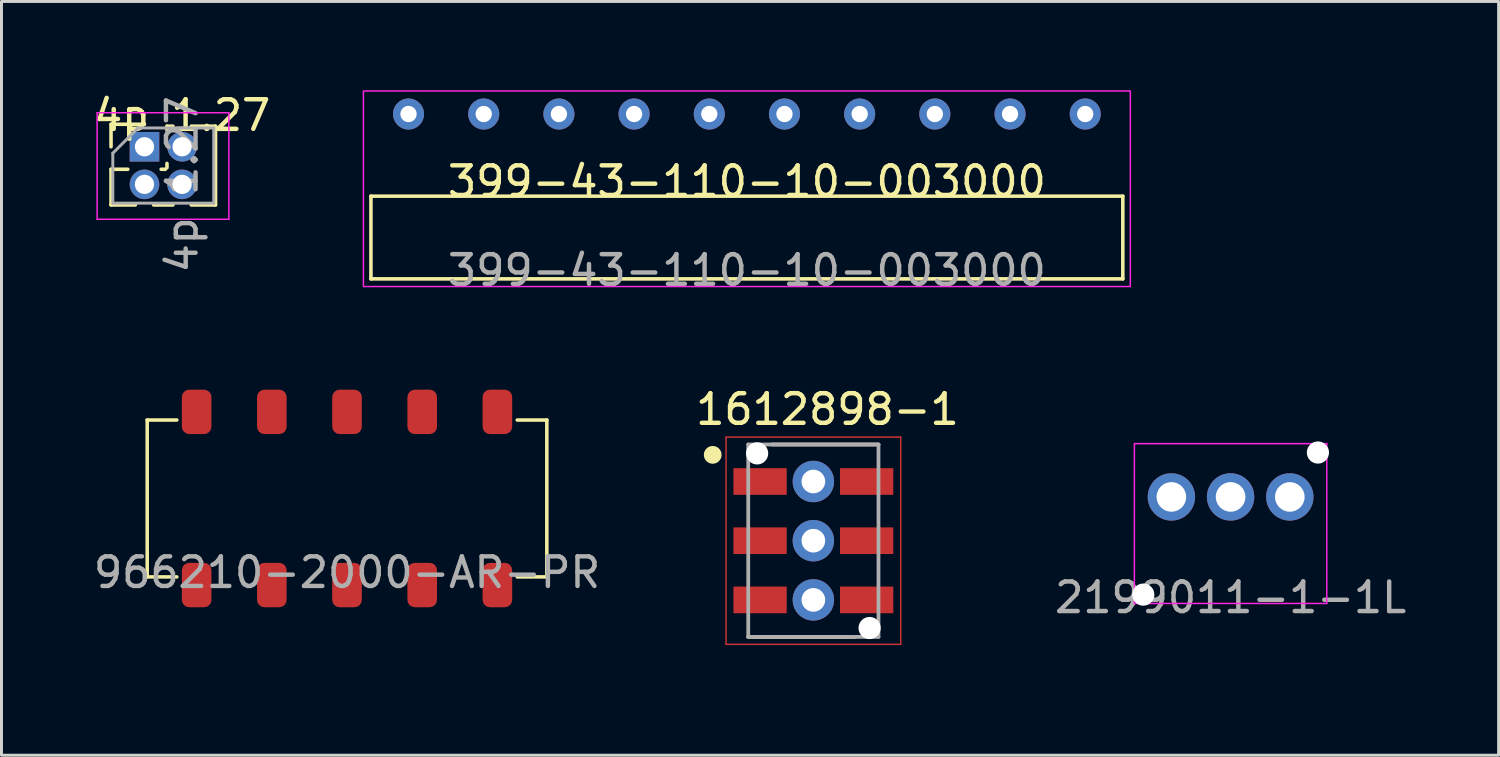
<source format=kicad_pcb>
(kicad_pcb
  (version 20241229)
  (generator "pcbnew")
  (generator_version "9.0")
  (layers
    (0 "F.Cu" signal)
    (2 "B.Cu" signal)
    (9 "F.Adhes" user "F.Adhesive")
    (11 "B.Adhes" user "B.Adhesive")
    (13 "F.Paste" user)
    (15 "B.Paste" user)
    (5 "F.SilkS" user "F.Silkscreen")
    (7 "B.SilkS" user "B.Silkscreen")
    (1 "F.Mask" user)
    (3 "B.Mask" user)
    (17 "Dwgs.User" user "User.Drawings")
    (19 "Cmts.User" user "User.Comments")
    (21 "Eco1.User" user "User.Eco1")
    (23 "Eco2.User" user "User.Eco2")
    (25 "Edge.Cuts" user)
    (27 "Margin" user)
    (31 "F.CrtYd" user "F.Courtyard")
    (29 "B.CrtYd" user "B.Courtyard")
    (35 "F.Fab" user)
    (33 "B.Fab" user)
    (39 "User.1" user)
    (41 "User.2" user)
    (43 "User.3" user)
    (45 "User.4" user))
  (footprint "399-43-110-10-003000"
    (layer "F.Cu")
    (at 22.181 3.581)
    (property "Reference" "399-43-110-10-003000" (at 0 -0.5 0) (unlocked yes) (layer "F.SilkS") (effects (font (size 1 1) (thickness 0.15))))
    (attr smd)
    (fp_line (start -12.7 -0.004) (end -12.7 2.79) (stroke (width 0.12) (type default)) (layer "F.SilkS"))
    (fp_line (start -12.7 -0.004) (end 12.7 -0.004) (stroke (width 0.12) (type default)) (layer "F.SilkS"))
    (fp_line (start -12.7 2.79) (end 12.7 2.79) (stroke (width 0.12) (type default)) (layer "F.SilkS"))
    (fp_line (start 12.7 -0.004) (end 12.7 2.79) (stroke (width 0.12) (type default)) (layer "F.SilkS"))
    (fp_rect (start -12.954 -3.556) (end 12.954 3.048) (stroke (width 0.05) (type default)) (fill no) (layer "F.CrtYd"))
    (fp_text user "${REFERENCE}" (at 0 2.5 0) (unlocked yes) (layer "F.Fab") (effects (font (size 1 1) (thickness 0.15))))
    (pad "1" thru_hole circle (at -11.43 -2.779 180) (size 1.05 1.05) (drill 0.55) (layers "*.Cu" "*.Mask"))
    (pad "2" thru_hole circle (at -8.89 -2.779 180) (size 1.05 1.05) (drill 0.55) (layers "*.Cu" "*.Mask"))
    (pad "3" thru_hole circle (at -6.35 -2.779 180) (size 1.05 1.05) (drill 0.55) (layers "*.Cu" "*.Mask"))
    (pad "4" thru_hole circle (at -3.81 -2.779 180) (size 1.05 1.05) (drill 0.55) (layers "*.Cu" "*.Mask"))
    (pad "5" thru_hole circle (at -1.27 -2.779 180) (size 1.05 1.05) (drill 0.55) (layers "*.Cu" "*.Mask"))
    (pad "6" thru_hole circle (at 1.27 -2.779 180) (size 1.05 1.05) (drill 0.55) (layers "*.Cu" "*.Mask"))
    (pad "7" thru_hole circle (at 3.81 -2.779 180) (size 1.05 1.05) (drill 0.55) (layers "*.Cu" "*.Mask"))
    (pad "8" thru_hole circle (at 6.35 -2.779 180) (size 1.05 1.05) (drill 0.55) (layers "*.Cu" "*.Mask"))
    (pad "9" thru_hole circle (at 8.89 -2.779 180) (size 1.05 1.05) (drill 0.55) (layers "*.Cu" "*.Mask"))
    (pad "10" thru_hole circle (at 11.43 -2.779 180) (size 1.05 1.05) (drill 0.55) (layers "*.Cu" "*.Mask")))
  (footprint "1612898-1"
    (layer "F.Cu")
    (at 24.427 15.216)
    (property "Reference" "1612898-1" (at 0.475 -4.438 0) (layer "F.SilkS") (effects (font (size 1.001 1.001) (thickness 0.15))))
    (attr smd)
    (fp_line (start -2.95 -3.5) (end 2.95 -3.5) (stroke (width 0.05) (type solid)) (layer "F.Cu"))
    (fp_line (start -2.95 3.5) (end -2.95 -3.5) (stroke (width 0.05) (type solid)) (layer "F.Cu"))
    (fp_line (start 2.95 -3.5) (end 2.95 3.5) (stroke (width 0.05) (type solid)) (layer "F.Cu"))
    (fp_line (start 2.95 3.5) (end -2.95 3.5) (stroke (width 0.05) (type solid)) (layer "F.Cu"))
    (fp_line (start 1.4 3.25) (end -2.2 3.25) (stroke (width 0.127) (type solid)) (layer "F.SilkS"))
    (fp_circle (center -3.4 -2.9) (end -3.25 -2.9) (stroke (width 0.3) (type solid)) (fill no) (layer "F.SilkS"))
    (fp_line (start 2.2 -3.25) (end -1.4 -3.25) (stroke (width 0.127) (type solid)) (layer "B.SilkS"))
    (fp_line (start -2.2 -3.25) (end 2.2 -3.25) (stroke (width 0.127) (type solid)) (layer "F.Fab"))
    (fp_line (start -2.2 3.25) (end -2.2 -3.25) (stroke (width 0.127) (type solid)) (layer "F.Fab"))
    (fp_line (start 2.2 -3.25) (end 2.2 3.25) (stroke (width 0.127) (type solid)) (layer "F.Fab"))
    (fp_line (start 2.2 3.25) (end -2.2 3.25) (stroke (width 0.127) (type solid)) (layer "F.Fab"))
    (pad "" np_thru_hole circle (at -1.9 -2.95) (size 0.75 0.75) (drill 0.75) (layers "*.Cu" "*.Mask"))
    (pad "" np_thru_hole circle (at 1.9 2.95) (size 0.75 0.75) (drill 0.75) (layers "*.Cu" "*.Mask"))
    (pad "1" smd rect (at -1.8 -2) (size 1.8 0.9) (layers "F.Cu" "F.Mask" "F.Paste"))
    (pad "2" smd rect (at -1.8 0) (size 1.8 0.9) (layers "F.Cu" "F.Mask" "F.Paste"))
    (pad "3" smd rect (at -1.8 2) (size 1.8 0.9) (layers "F.Cu" "F.Mask" "F.Paste"))
    (pad "4" smd rect (at 1.8 2) (size 1.8 0.9) (layers "F.Cu" "F.Mask" "F.Paste"))
    (pad "5" smd rect (at 1.8 0) (size 1.8 0.9) (layers "F.Cu" "F.Mask" "F.Paste"))
    (pad "6" smd rect (at 1.8 -2) (size 1.8 0.9) (layers "F.Cu" "F.Mask" "F.Paste"))
    (pad "7" thru_hole circle (at 0 2) (size 1.4 1.4) (drill 0.8) (layers "*.Cu" "*.Mask"))
    (pad "8" thru_hole circle (at 0 0) (size 1.4 1.4) (drill 0.8) (layers "*.Cu" "*.Mask"))
    (pad "9" thru_hole circle (at 0 -2) (size 1.4 1.4) (drill 0.8) (layers "*.Cu" "*.Mask")))
  (footprint "2199011-1-1L"
    (layer "F.Cu")
    (at 38.522 14.637)
    (property "Reference" "2199011-1-1L" (at -0.01 -3.86 0) (unlocked yes) (layer "User.2") (effects (font (size 1 1) (thickness 0.15))))
    (attr smd)
    (fp_line (start -3.25 -2.7) (end -3.25 2.7) (stroke (width 0.05) (type default)) (layer "F.CrtYd"))
    (fp_line (start -3.25 2.7) (end 3.25 2.7) (stroke (width 0.05) (type default)) (layer "F.CrtYd"))
    (fp_line (start 3.25 -2.7) (end -3.25 -2.7) (stroke (width 0.05) (type default)) (layer "F.CrtYd"))
    (fp_line (start 3.25 2.7) (end 3.25 -2.7) (stroke (width 0.05) (type default)) (layer "F.CrtYd"))
    (fp_text user "${REFERENCE}" (at 0 2.5 0) (unlocked yes) (layer "F.Fab") (effects (font (size 1 1) (thickness 0.15))))
    (pad "" np_thru_hole circle (at -2.95 2.4) (size 0.75 0.75) (drill 0.75) (layers "*.Cu" "*.Mask"))
    (pad "" np_thru_hole circle (at 2.95 -2.4) (size 0.75 0.75) (drill 0.75) (layers "*.Cu" "*.Mask"))
    (pad "1" thru_hole circle (at -2 -0.9) (size 1.6 1.6) (drill 1) (layers "*.Cu" "F.Mask"))
    (pad "2" thru_hole circle (at 0 -0.9) (size 1.6 1.6) (drill 1) (layers "*.Cu" "F.Mask"))
    (pad "3" thru_hole circle (at 2 -0.9) (size 1.6 1.6) (drill 1) (layers "*.Cu" "F.Mask")))
  (footprint "966210-2000-AR-PR"
    (layer "F.Cu")
    (at 8.673 13.789)
    (property "Reference" "966210-2000-AR-PR" (at 0 4.826 0) (unlocked yes) (layer "User.2") (effects (font (size 1 1) (thickness 0.15))))
    (attr smd)
    (fp_line (start -6.75 -2.65) (end -6.75 2.65) (stroke (width 0.12) (type default)) (layer "F.SilkS"))
    (fp_line (start -5.75 -2.65) (end -6.75 -2.65) (stroke (width 0.12) (type default)) (layer "F.SilkS"))
    (fp_line (start -5.75 2.65) (end -6.75 2.65) (stroke (width 0.12) (type default)) (layer "F.SilkS"))
    (fp_line (start 6.75 -2.65) (end 5.75 -2.65) (stroke (width 0.12) (type default)) (layer "F.SilkS"))
    (fp_line (start 6.75 2.65) (end 5.75 2.65) (stroke (width 0.12) (type default)) (layer "F.SilkS"))
    (fp_line (start 6.75 2.65) (end 6.75 -2.65) (stroke (width 0.12) (type default)) (layer "F.SilkS"))
    (fp_rect (start -7 -3.8) (end 7 3.8) (stroke (width 0.12) (type default)) (fill no) (layer "Margin"))
    (fp_text user "${REFERENCE}" (at 0 2.5 0) (unlocked yes) (layer "F.Fab") (effects (font (size 1 1) (thickness 0.15))))
    (pad "1" smd roundrect (at -5.08 -2.925 180) (size 1 1.5) (layers "F.Cu" "F.Mask" "F.Paste") (roundrect_rratio 0.25))
    (pad "2" smd roundrect (at -2.54 -2.925 180) (size 1 1.5) (layers "F.Cu" "F.Mask" "F.Paste") (roundrect_rratio 0.25))
    (pad "3" smd roundrect (at 0 -2.925 180) (size 1 1.5) (layers "F.Cu" "F.Mask" "F.Paste") (roundrect_rratio 0.25))
    (pad "4" smd roundrect (at 2.54 -2.925 180) (size 1 1.5) (layers "F.Cu" "F.Mask" "F.Paste") (roundrect_rratio 0.25))
    (pad "5" smd roundrect (at 5.08 -2.925 180) (size 1 1.5) (layers "F.Cu" "F.Mask" "F.Paste") (roundrect_rratio 0.25))
    (pad "6" smd roundrect (at -5.08 2.925 180) (size 1 1.5) (layers "F.Cu" "F.Mask" "F.Paste") (roundrect_rratio 0.25))
    (pad "7" smd roundrect (at -2.54 2.925 180) (size 1 1.5) (layers "F.Cu" "F.Mask" "F.Paste") (roundrect_rratio 0.25))
    (pad "8" smd roundrect (at 0 2.925 180) (size 1 1.5) (layers "F.Cu" "F.Mask" "F.Paste") (roundrect_rratio 0.25))
    (pad "9" smd roundrect (at 2.54 2.925 180) (size 1 1.5) (layers "F.Cu" "F.Mask" "F.Paste") (roundrect_rratio 0.25))
    (pad "10" smd roundrect (at 5.08 2.925 180) (size 1 1.5) (layers "F.Cu" "F.Mask" "F.Paste") (roundrect_rratio 0.25)))
  (footprint "4p 1.27"
    (layer "F.Cu")
    (at 2.466 2.543)
    (property "Reference" "4p 1.27" (at 0.635 -1.695 0) (layer "F.SilkS") (effects (font (size 1 1) (thickness 0.15))))
    (attr through_hole)
    (fp_line (start -1.765 -1.395) (end -0.635 -1.395) (stroke (width 0.12) (type solid)) (layer "F.SilkS"))
    (fp_line (start -1.765 -0.635) (end -1.765 -1.395) (stroke (width 0.12) (type solid)) (layer "F.SilkS"))
    (fp_line (start -1.765 0.125) (end -1.765 1.33) (stroke (width 0.12) (type solid)) (layer "F.SilkS"))
    (fp_line (start -1.765 0.125) (end -1.198 0.125) (stroke (width 0.12) (type solid)) (layer "F.SilkS"))
    (fp_line (start -1.765 1.33) (end -0.943 1.33) (stroke (width 0.12) (type solid)) (layer "F.SilkS"))
    (fp_line (start -0.327 1.33) (end 0.327 1.33) (stroke (width 0.12) (type solid)) (layer "F.SilkS"))
    (fp_line (start -0.072 0.125) (end 0.072 0.125) (stroke (width 0.12) (type solid)) (layer "F.SilkS"))
    (fp_line (start 0.125 -1.33) (end 0.327 -1.33) (stroke (width 0.12) (type solid)) (layer "F.SilkS"))
    (fp_line (start 0.125 -1.198) (end 0.125 -1.33) (stroke (width 0.12) (type solid)) (layer "F.SilkS"))
    (fp_line (start 0.125 0.072) (end 0.125 -0.072) (stroke (width 0.12) (type solid)) (layer "F.SilkS"))
    (fp_line (start 0.943 -1.33) (end 1.765 -1.33) (stroke (width 0.12) (type solid)) (layer "F.SilkS"))
    (fp_line (start 0.943 1.33) (end 1.765 1.33) (stroke (width 0.12) (type solid)) (layer "F.SilkS"))
    (fp_line (start 1.765 -1.33) (end 1.765 1.33) (stroke (width 0.12) (type solid)) (layer "F.SilkS"))
    (fp_line (start -2.235 -1.785) (end -2.235 1.815) (stroke (width 0.05) (type solid)) (layer "F.CrtYd"))
    (fp_line (start -2.235 1.815) (end 2.215 1.815) (stroke (width 0.05) (type solid)) (layer "F.CrtYd"))
    (fp_line (start 2.215 -1.785) (end -2.235 -1.785) (stroke (width 0.05) (type solid)) (layer "F.CrtYd"))
    (fp_line (start 2.215 1.815) (end 2.215 -1.785) (stroke (width 0.05) (type solid)) (layer "F.CrtYd"))
    (fp_line (start -1.705 -0.417) (end -0.853 -1.27) (stroke (width 0.1) (type solid)) (layer "F.Fab"))
    (fp_line (start -1.705 1.27) (end -1.705 -0.417) (stroke (width 0.1) (type solid)) (layer "F.Fab"))
    (fp_line (start -0.853 -1.27) (end 1.705 -1.27) (stroke (width 0.1) (type solid)) (layer "F.Fab"))
    (fp_line (start 1.705 -1.27) (end 1.705 1.27) (stroke (width 0.1) (type solid)) (layer "F.Fab"))
    (fp_line (start 1.705 1.27) (end -1.705 1.27) (stroke (width 0.1) (type solid)) (layer "F.Fab"))
    (fp_text user "${REFERENCE}" (at 0.635 0.635 90) (layer "F.Fab") (effects (font (size 1 1) (thickness 0.15))))
    (pad "1" thru_hole rect (at -0.635 -0.635) (size 1 1) (drill 0.65) (layers "*.Cu" "*.Mask"))
    (pad "2" thru_hole oval (at 0.635 -0.635) (size 1 1) (drill 0.65) (layers "*.Cu" "*.Mask"))
    (pad "3" thru_hole oval (at -0.635 0.635) (size 1 1) (drill 0.65) (layers "*.Cu" "*.Mask"))
    (pad "4" thru_hole oval (at 0.635 0.635) (size 1 1) (drill 0.65) (layers "*.Cu" "*.Mask")))
  (gr_rect
    (start -3 -3)
    (end 47.576 22.463)
    (stroke (width 0.1) (type default))
    (fill no)
    (layer "Edge.Cuts")))
</source>
